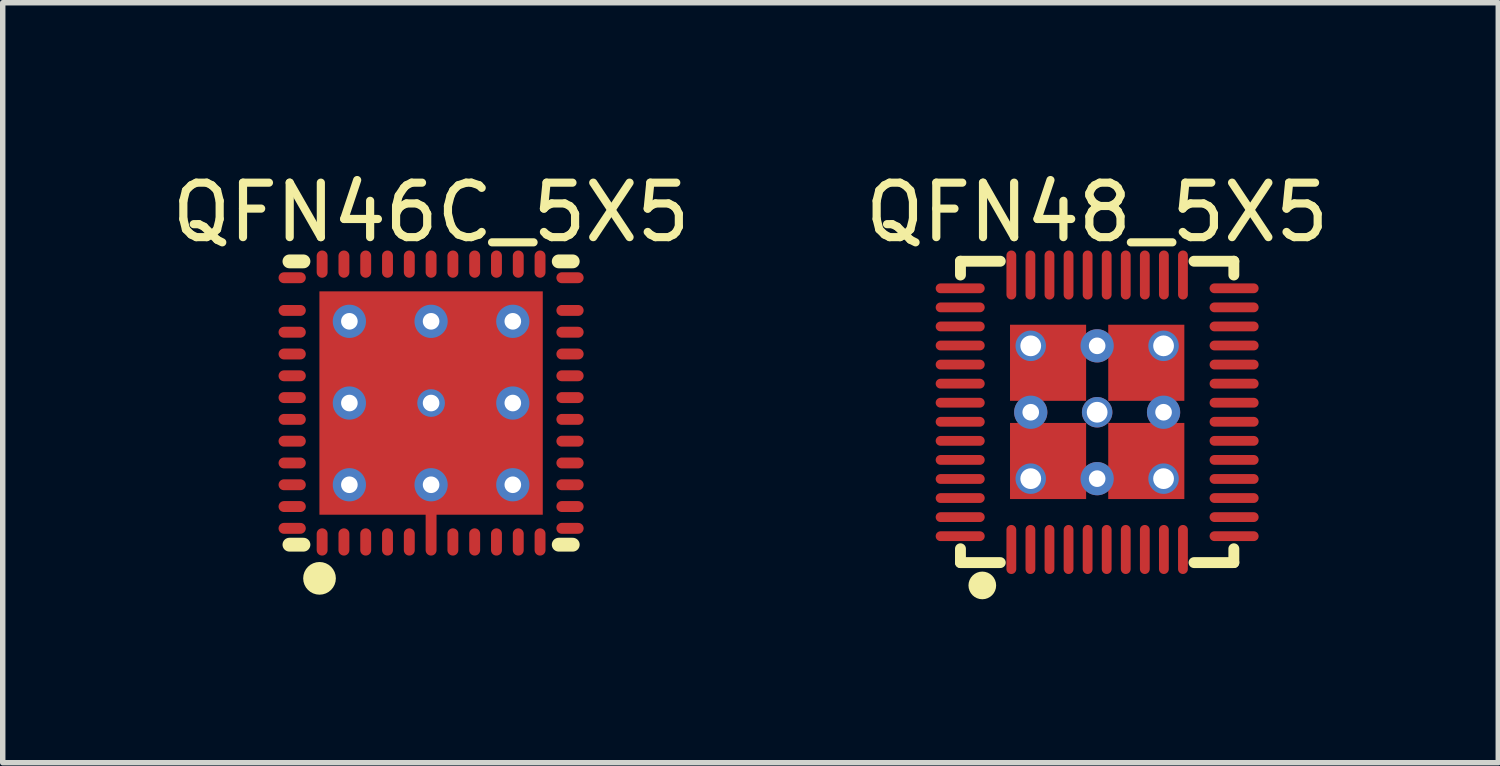
<source format=kicad_pcb>
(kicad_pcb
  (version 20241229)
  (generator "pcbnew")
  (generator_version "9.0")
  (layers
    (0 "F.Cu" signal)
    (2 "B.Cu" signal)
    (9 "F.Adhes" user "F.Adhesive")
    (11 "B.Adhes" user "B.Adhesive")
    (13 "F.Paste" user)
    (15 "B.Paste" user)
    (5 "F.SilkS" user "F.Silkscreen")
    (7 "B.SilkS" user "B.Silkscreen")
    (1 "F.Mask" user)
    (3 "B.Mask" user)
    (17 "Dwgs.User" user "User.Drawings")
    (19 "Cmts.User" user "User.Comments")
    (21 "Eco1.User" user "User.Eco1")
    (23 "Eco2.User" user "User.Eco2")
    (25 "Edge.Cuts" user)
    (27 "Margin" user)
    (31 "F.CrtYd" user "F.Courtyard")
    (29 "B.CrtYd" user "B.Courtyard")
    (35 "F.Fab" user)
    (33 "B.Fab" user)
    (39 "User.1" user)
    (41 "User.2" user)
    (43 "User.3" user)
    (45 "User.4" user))
  (footprint "QFN46C_5X5"
    (layer "F.Cu")
    (at 4.863 4.348)
    (property "Reference" "QFN46C_5X5" (at 0 -3.5 0) (layer "F.SilkS") (effects (font (size 1 1) (thickness 0.15))))
    (fp_line (start -2.6 -2.6) (end -2.343 -2.6) (stroke (width 0.254) (type solid)) (layer "F.SilkS"))
    (fp_line (start -2.6 2.6) (end -2.343 2.6) (stroke (width 0.254) (type solid)) (layer "F.SilkS"))
    (fp_line (start 2.343 -2.6) (end 2.6 -2.6) (stroke (width 0.254) (type solid)) (layer "F.SilkS"))
    (fp_line (start 2.343 2.6) (end 2.6 2.6) (stroke (width 0.254) (type solid)) (layer "F.SilkS"))
    (fp_circle (center -2.048 3.218) (end -2.048 3.068) (stroke (width 0.3) (type solid)) (fill no) (layer "F.SilkS"))
    (fp_line (start -2.5 -2.5) (end 2.5 -2.5) (stroke (width 0.15) (type solid)) (layer "Eco2.User"))
    (fp_line (start -2.5 2.5) (end -2.5 -2.5) (stroke (width 0.15) (type solid)) (layer "Eco2.User"))
    (fp_line (start -2.5 2.5) (end 2.5 2.5) (stroke (width 0.15) (type solid)) (layer "Eco2.User"))
    (fp_line (start 2.5 2.5) (end 2.5 -2.5) (stroke (width 0.15) (type solid)) (layer "Eco2.User"))
    (pad "0" thru_hole circle (at -1.5 -1.5) (size 0.61 0.61) (drill 0.305) (layers "*.Cu"))
    (pad "0" thru_hole circle (at -1.5 0) (size 0.61 0.61) (drill 0.305) (layers "*.Cu"))
    (pad "0" thru_hole circle (at -1.5 1.5) (size 0.61 0.61) (drill 0.305) (layers "*.Cu"))
    (pad "0" thru_hole circle (at 0 -1.5) (size 0.61 0.61) (drill 0.305) (layers "*.Cu"))
    (pad "0" thru_hole circle (at 0 0 180) (size 0.508 0.508) (drill 0.305) (layers "*.Cu" "*.Mask"))
    (pad "0" smd rect (at 0 0 90) (size 4.1 4.1) (layers "F.Cu" "F.Mask" "F.Paste"))
    (pad "0" thru_hole circle (at 1.5 -1.5) (size 0.61 0.61) (drill 0.305) (layers "*.Cu"))
    (pad "0" thru_hole circle (at 1.5 0) (size 0.61 0.61) (drill 0.305) (layers "*.Cu"))
    (pad "0" thru_hole circle (at 1.5 1.5) (size 0.61 0.61) (drill 0.305) (layers "*.Cu"))
    (pad "1" smd oval (at -2 2.55 180) (size 0.2 0.5) (layers "F.Cu" "F.Mask" "F.Paste"))
    (pad "2" smd oval (at -1.6 2.55 180) (size 0.2 0.5) (layers "F.Cu" "F.Mask" "F.Paste"))
    (pad "3" smd oval (at -1.2 2.55 180) (size 0.2 0.5) (layers "F.Cu" "F.Mask" "F.Paste"))
    (pad "4" smd oval (at -0.8 2.55 180) (size 0.2 0.5) (layers "F.Cu" "F.Mask" "F.Paste"))
    (pad "5" smd oval (at -0.4 2.55 180) (size 0.2 0.5) (layers "F.Cu" "F.Mask" "F.Paste"))
    (pad "6" thru_hole circle (at 0 1.5) (size 0.61 0.61) (drill 0.305) (layers "*.Cu"))
    (pad "6" smd oval (at 0.00001 2.3 180) (size 0.2 1) (layers "F.Cu" "F.Mask" "F.Paste"))
    (pad "7" smd oval (at 0.4 2.55 180) (size 0.2 0.5) (layers "F.Cu" "F.Mask" "F.Paste"))
    (pad "8" smd oval (at 0.8 2.55 180) (size 0.2 0.5) (layers "F.Cu" "F.Mask" "F.Paste"))
    (pad "9" smd oval (at 1.2 2.55 180) (size 0.2 0.5) (layers "F.Cu" "F.Mask" "F.Paste"))
    (pad "10" smd oval (at 1.6 2.55 180) (size 0.2 0.5) (layers "F.Cu" "F.Mask" "F.Paste"))
    (pad "11" smd oval (at 2 2.55 180) (size 0.2 0.5) (layers "F.Cu" "F.Mask" "F.Paste"))
    (pad "12" smd oval (at 2.55 2.3 90) (size 0.2 0.5) (layers "F.Cu" "F.Mask" "F.Paste"))
    (pad "13" smd oval (at 2.55 1.9 90) (size 0.2 0.5) (layers "F.Cu" "F.Mask" "F.Paste"))
    (pad "14" smd oval (at 2.55 1.5 90) (size 0.2 0.5) (layers "F.Cu" "F.Mask" "F.Paste"))
    (pad "15" smd oval (at 2.55 1.1 90) (size 0.2 0.5) (layers "F.Cu" "F.Mask" "F.Paste"))
    (pad "16" smd oval (at 2.55 0.7 90) (size 0.2 0.5) (layers "F.Cu" "F.Mask" "F.Paste"))
    (pad "17" smd oval (at 2.55 0.3 90) (size 0.2 0.5) (layers "F.Cu" "F.Mask" "F.Paste"))
    (pad "18" smd oval (at 2.55 -0.1 90) (size 0.2 0.5) (layers "F.Cu" "F.Mask" "F.Paste"))
    (pad "19" smd oval (at 2.55 -0.5 90) (size 0.2 0.5) (layers "F.Cu" "F.Mask" "F.Paste"))
    (pad "20" smd oval (at 2.55 -0.9 90) (size 0.2 0.5) (layers "F.Cu" "F.Mask" "F.Paste"))
    (pad "21" smd oval (at 2.55 -1.3 90) (size 0.2 0.5) (layers "F.Cu" "F.Mask" "F.Paste"))
    (pad "22" smd oval (at 2.55 -1.7 90) (size 0.2 0.5) (layers "F.Cu" "F.Mask" "F.Paste"))
    (pad "23" smd oval (at 2.55 -2.3 90) (size 0.2 0.5) (layers "F.Cu" "F.Mask" "F.Paste"))
    (pad "24" smd oval (at 2 -2.55) (size 0.2 0.5) (layers "F.Cu" "F.Mask" "F.Paste"))
    (pad "25" smd oval (at 1.6 -2.55) (size 0.2 0.5) (layers "F.Cu" "F.Mask" "F.Paste"))
    (pad "26" smd oval (at 1.2 -2.55) (size 0.2 0.5) (layers "F.Cu" "F.Mask" "F.Paste"))
    (pad "27" smd oval (at 0.8 -2.55) (size 0.2 0.5) (layers "F.Cu" "F.Mask" "F.Paste"))
    (pad "28" smd oval (at 0.4 -2.55) (size 0.2 0.5) (layers "F.Cu" "F.Mask" "F.Paste"))
    (pad "29" smd oval (at 0 -2.55) (size 0.2 0.5) (layers "F.Cu" "F.Mask" "F.Paste"))
    (pad "30" smd oval (at -0.4 -2.55) (size 0.2 0.5) (layers "F.Cu" "F.Mask" "F.Paste"))
    (pad "31" smd oval (at -0.8 -2.55) (size 0.2 0.5) (layers "F.Cu" "F.Mask" "F.Paste"))
    (pad "32" smd oval (at -1.2 -2.55) (size 0.2 0.5) (layers "F.Cu" "F.Mask" "F.Paste"))
    (pad "33" smd oval (at -1.6 -2.55) (size 0.2 0.5) (layers "F.Cu" "F.Mask" "F.Paste"))
    (pad "34" smd oval (at -2 -2.55) (size 0.2 0.5) (layers "F.Cu" "F.Mask" "F.Paste"))
    (pad "35" smd oval (at -2.55 -2.3 90) (size 0.2 0.5) (layers "F.Cu" "F.Mask" "F.Paste"))
    (pad "36" smd oval (at -2.55 -1.7 90) (size 0.2 0.5) (layers "F.Cu" "F.Mask" "F.Paste"))
    (pad "37" smd oval (at -2.55 -1.3 90) (size 0.2 0.5) (layers "F.Cu" "F.Mask" "F.Paste"))
    (pad "38" smd oval (at -2.55 -0.9 90) (size 0.2 0.5) (layers "F.Cu" "F.Mask" "F.Paste"))
    (pad "39" smd oval (at -2.55 -0.5 90) (size 0.2 0.5) (layers "F.Cu" "F.Mask" "F.Paste"))
    (pad "40" smd oval (at -2.55 -0.1 90) (size 0.2 0.5) (layers "F.Cu" "F.Mask" "F.Paste"))
    (pad "41" smd oval (at -2.55 0.3 90) (size 0.2 0.5) (layers "F.Cu" "F.Mask" "F.Paste"))
    (pad "42" smd oval (at -2.55 0.7 90) (size 0.2 0.5) (layers "F.Cu" "F.Mask" "F.Paste"))
    (pad "43" smd oval (at -2.55 1.1 90) (size 0.2 0.5) (layers "F.Cu" "F.Mask" "F.Paste"))
    (pad "44" smd oval (at -2.55 1.5 90) (size 0.2 0.5) (layers "F.Cu" "F.Mask" "F.Paste"))
    (pad "45" smd oval (at -2.55 1.9 90) (size 0.2 0.5) (layers "F.Cu" "F.Mask" "F.Paste"))
    (pad "46" smd oval (at -2.55 2.3 90) (size 0.2 0.5) (layers "F.Cu" "F.Mask" "F.Paste")))
  (footprint "QFN48_5X5"
    (layer "F.Cu")
    (at 17.089 4.517)
    (property "Reference" "QFN48_5X5" (at 0 -3.669 0) (layer "F.SilkS") (effects (font (size 1 1) (thickness 0.15))))
    (fp_line (start -2.509 -2.772) (end -1.778 -2.772) (stroke (width 0.2) (type solid)) (layer "F.SilkS"))
    (fp_line (start -2.509 -2.519) (end -2.509 -2.772) (stroke (width 0.2) (type solid)) (layer "F.SilkS"))
    (fp_line (start -2.509 2.76) (end -2.509 2.506) (stroke (width 0.2) (type solid)) (layer "F.SilkS"))
    (fp_line (start -2.509 2.76) (end -1.778 2.76) (stroke (width 0.2) (type solid)) (layer "F.SilkS"))
    (fp_line (start 1.778 -2.772) (end 2.509 -2.772) (stroke (width 0.2) (type solid)) (layer "F.SilkS"))
    (fp_line (start 1.778 2.76) (end 2.509 2.76) (stroke (width 0.2) (type solid)) (layer "F.SilkS"))
    (fp_line (start 2.509 -2.519) (end 2.509 -2.772) (stroke (width 0.2) (type solid)) (layer "F.SilkS"))
    (fp_line (start 2.509 2.76) (end 2.509 2.506) (stroke (width 0.2) (type solid)) (layer "F.SilkS"))
    (fp_circle (center -2.108 3.179) (end -2.108 3.052) (stroke (width 0.254) (type solid)) (fill no) (layer "F.SilkS"))
    (pad "0" thru_hole circle (at -1.219 -1.219 270) (size 0.559 0.559) (drill 0.381) (layers "*.Cu" "*.Mask"))
    (pad "0" thru_hole circle (at -1.219 0) (size 0.61 0.61) (drill 0.305) (layers "*.Cu"))
    (pad "0" thru_hole circle (at -1.219 1.219 270) (size 0.559 0.559) (drill 0.381) (layers "*.Cu" "*.Mask"))
    (pad "0" smd rect (at -0.901 -0.908 270) (size 1.397 1.397) (layers "F.Cu" "F.Mask" "F.Paste"))
    (pad "0" smd rect (at -0.901 0.895 270) (size 1.397 1.397) (layers "F.Cu" "F.Mask" "F.Paste"))
    (pad "0" thru_hole circle (at 0 -1.219) (size 0.61 0.61) (drill 0.305) (layers "*.Cu"))
    (pad "0" thru_hole circle (at 0 0 270) (size 0.559 0.559) (drill 0.381) (layers "*.Cu" "*.Mask"))
    (pad "0" thru_hole circle (at 0 1.219) (size 0.61 0.61) (drill 0.305) (layers "*.Cu"))
    (pad "0" smd rect (at 0.902 -0.908 270) (size 1.397 1.397) (layers "F.Cu" "F.Mask" "F.Paste"))
    (pad "0" smd rect (at 0.902 0.895 270) (size 1.397 1.397) (layers "F.Cu" "F.Mask" "F.Paste"))
    (pad "0" thru_hole circle (at 1.219 -1.219 270) (size 0.559 0.559) (drill 0.381) (layers "*.Cu" "*.Mask"))
    (pad "0" thru_hole circle (at 1.219 0) (size 0.61 0.61) (drill 0.305) (layers "*.Cu"))
    (pad "0" thru_hole circle (at 1.219 1.219 270) (size 0.559 0.559) (drill 0.381) (layers "*.Cu" "*.Mask"))
    (pad "1" smd oval (at -1.575 2.519 270) (size 0.9 0.18) (layers "F.Cu" "F.Mask" "F.Paste"))
    (pad "2" smd oval (at -1.225 2.519 270) (size 0.9 0.18) (layers "F.Cu" "F.Mask" "F.Paste"))
    (pad "3" smd oval (at -0.875 2.519 270) (size 0.9 0.18) (layers "F.Cu" "F.Mask" "F.Paste"))
    (pad "4" smd oval (at -0.525 2.519 270) (size 0.9 0.18) (layers "F.Cu" "F.Mask" "F.Paste"))
    (pad "5" smd oval (at -0.175 2.519 270) (size 0.9 0.18) (layers "F.Cu" "F.Mask" "F.Paste"))
    (pad "6" smd oval (at 0.175 2.519 270) (size 0.9 0.18) (layers "F.Cu" "F.Mask" "F.Paste"))
    (pad "7" smd oval (at 0.525 2.519 270) (size 0.9 0.18) (layers "F.Cu" "F.Mask" "F.Paste"))
    (pad "8" smd oval (at 0.875 2.519 270) (size 0.9 0.18) (layers "F.Cu" "F.Mask" "F.Paste"))
    (pad "9" smd oval (at 1.225 2.519 270) (size 0.9 0.18) (layers "F.Cu" "F.Mask" "F.Paste"))
    (pad "10" smd oval (at 1.575 2.519 270) (size 0.9 0.18) (layers "F.Cu" "F.Mask" "F.Paste"))
    (pad "11" smd oval (at 2.514 2.275 90) (size 0.18 0.9) (layers "F.Cu" "F.Mask" "F.Paste"))
    (pad "12" smd oval (at 2.514 1.925 90) (size 0.18 0.9) (layers "F.Cu" "F.Mask" "F.Paste"))
    (pad "13" smd oval (at 2.514 1.575 90) (size 0.18 0.9) (layers "F.Cu" "F.Mask" "F.Paste"))
    (pad "14" smd oval (at 2.514 1.225 90) (size 0.18 0.9) (layers "F.Cu" "F.Mask" "F.Paste"))
    (pad "15" smd oval (at 2.514 0.875 90) (size 0.18 0.9) (layers "F.Cu" "F.Mask" "F.Paste"))
    (pad "16" smd oval (at 2.514 0.525 90) (size 0.18 0.9) (layers "F.Cu" "F.Mask" "F.Paste"))
    (pad "17" smd oval (at 2.514 0.175 90) (size 0.18 0.9) (layers "F.Cu" "F.Mask" "F.Paste"))
    (pad "18" smd oval (at 2.514 -0.175 90) (size 0.18 0.9) (layers "F.Cu" "F.Mask" "F.Paste"))
    (pad "19" smd oval (at 2.514 -0.525 90) (size 0.18 0.9) (layers "F.Cu" "F.Mask" "F.Paste"))
    (pad "20" smd oval (at 2.514 -0.875 90) (size 0.18 0.9) (layers "F.Cu" "F.Mask" "F.Paste"))
    (pad "21" smd oval (at 2.514 -1.225 90) (size 0.18 0.9) (layers "F.Cu" "F.Mask" "F.Paste"))
    (pad "22" smd oval (at 2.514 -1.575 90) (size 0.18 0.9) (layers "F.Cu" "F.Mask" "F.Paste"))
    (pad "23" smd oval (at 2.514 -1.925 90) (size 0.18 0.9) (layers "F.Cu" "F.Mask" "F.Paste"))
    (pad "24" smd oval (at 2.514 -2.275 90) (size 0.18 0.9) (layers "F.Cu" "F.Mask" "F.Paste"))
    (pad "25" smd oval (at 1.575 -2.519 270) (size 0.9 0.18) (layers "F.Cu" "F.Mask" "F.Paste"))
    (pad "26" smd oval (at 1.225 -2.519 270) (size 0.9 0.18) (layers "F.Cu" "F.Mask" "F.Paste"))
    (pad "27" smd oval (at 0.875 -2.519 270) (size 0.9 0.18) (layers "F.Cu" "F.Mask" "F.Paste"))
    (pad "28" smd oval (at 0.525 -2.519 270) (size 0.9 0.18) (layers "F.Cu" "F.Mask" "F.Paste"))
    (pad "29" smd oval (at 0.175 -2.519 270) (size 0.9 0.18) (layers "F.Cu" "F.Mask" "F.Paste"))
    (pad "30" smd oval (at -0.175 -2.519 270) (size 0.9 0.18) (layers "F.Cu" "F.Mask" "F.Paste"))
    (pad "31" smd oval (at -0.525 -2.519 270) (size 0.9 0.18) (layers "F.Cu" "F.Mask" "F.Paste"))
    (pad "32" smd oval (at -0.875 -2.519 270) (size 0.9 0.18) (layers "F.Cu" "F.Mask" "F.Paste"))
    (pad "33" smd oval (at -1.225 -2.519 270) (size 0.9 0.18) (layers "F.Cu" "F.Mask" "F.Paste"))
    (pad "34" smd oval (at -1.575 -2.519 270) (size 0.9 0.18) (layers "F.Cu" "F.Mask" "F.Paste"))
    (pad "35" smd oval (at -2.514 -2.275 270) (size 0.18 0.9) (layers "F.Cu" "F.Mask" "F.Paste"))
    (pad "36" smd oval (at -2.514 -1.925 270) (size 0.18 0.9) (layers "F.Cu" "F.Mask" "F.Paste"))
    (pad "37" smd oval (at -2.514 -1.575 270) (size 0.18 0.9) (layers "F.Cu" "F.Mask" "F.Paste"))
    (pad "38" smd oval (at -2.514 -1.225 270) (size 0.18 0.9) (layers "F.Cu" "F.Mask" "F.Paste"))
    (pad "39" smd oval (at -2.514 -0.875 270) (size 0.18 0.9) (layers "F.Cu" "F.Mask" "F.Paste"))
    (pad "40" smd oval (at -2.514 -0.525 270) (size 0.18 0.9) (layers "F.Cu" "F.Mask" "F.Paste"))
    (pad "41" smd oval (at -2.514 -0.175 270) (size 0.18 0.9) (layers "F.Cu" "F.Mask" "F.Paste"))
    (pad "42" smd oval (at -2.514 0.175 270) (size 0.18 0.9) (layers "F.Cu" "F.Mask" "F.Paste"))
    (pad "43" smd oval (at -2.514 0.525 270) (size 0.18 0.9) (layers "F.Cu" "F.Mask" "F.Paste"))
    (pad "44" smd oval (at -2.514 0.875 270) (size 0.18 0.9) (layers "F.Cu" "F.Mask" "F.Paste"))
    (pad "45" smd oval (at -2.514 1.225 270) (size 0.18 0.9) (layers "F.Cu" "F.Mask" "F.Paste"))
    (pad "46" smd oval (at -2.514 1.575 270) (size 0.18 0.9) (layers "F.Cu" "F.Mask" "F.Paste"))
    (pad "47" smd oval (at -2.514 1.925 270) (size 0.18 0.9) (layers "F.Cu" "F.Mask" "F.Paste"))
    (pad "48" smd oval (at -2.514 2.275 270) (size 0.18 0.9) (layers "F.Cu" "F.Mask" "F.Paste")))
  (gr_rect
    (start -3 -3)
    (end 24.452 10.95)
    (stroke (width 0.1) (type default))
    (fill no)
    (layer "Edge.Cuts")))
</source>
